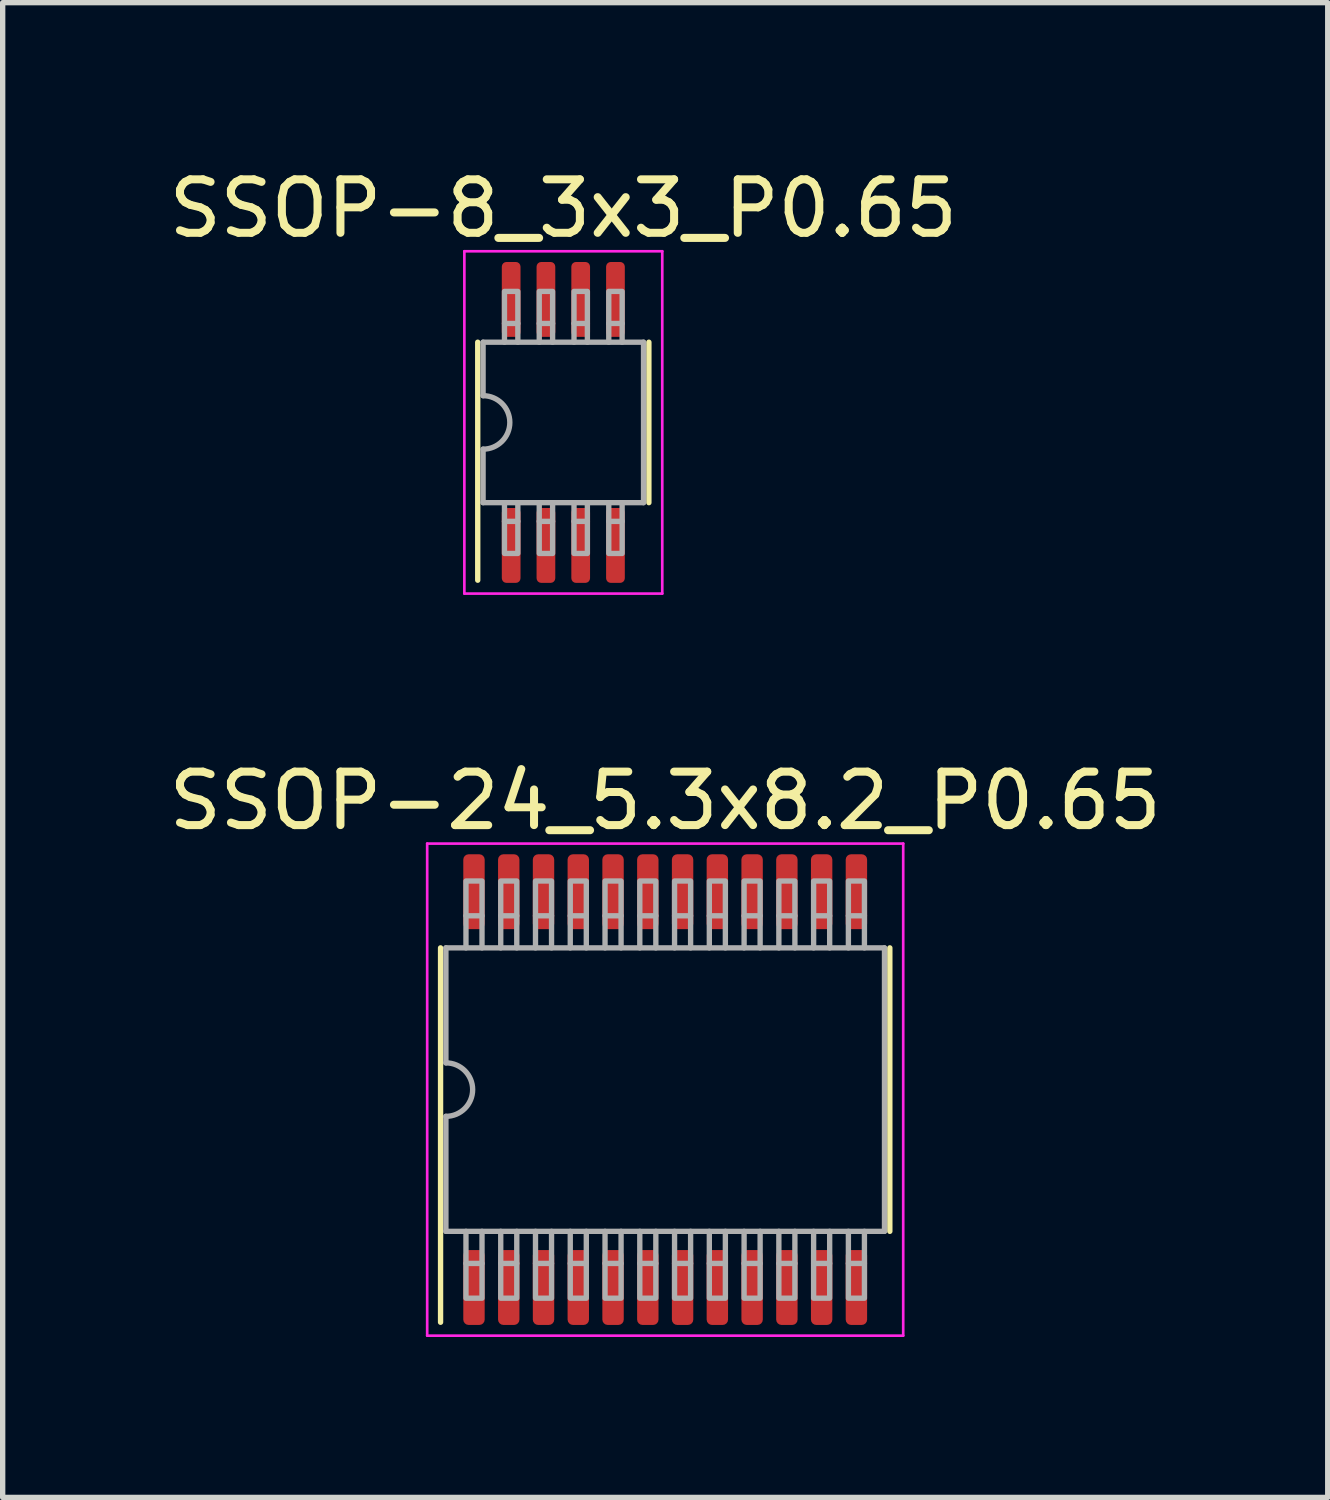
<source format=kicad_pcb>
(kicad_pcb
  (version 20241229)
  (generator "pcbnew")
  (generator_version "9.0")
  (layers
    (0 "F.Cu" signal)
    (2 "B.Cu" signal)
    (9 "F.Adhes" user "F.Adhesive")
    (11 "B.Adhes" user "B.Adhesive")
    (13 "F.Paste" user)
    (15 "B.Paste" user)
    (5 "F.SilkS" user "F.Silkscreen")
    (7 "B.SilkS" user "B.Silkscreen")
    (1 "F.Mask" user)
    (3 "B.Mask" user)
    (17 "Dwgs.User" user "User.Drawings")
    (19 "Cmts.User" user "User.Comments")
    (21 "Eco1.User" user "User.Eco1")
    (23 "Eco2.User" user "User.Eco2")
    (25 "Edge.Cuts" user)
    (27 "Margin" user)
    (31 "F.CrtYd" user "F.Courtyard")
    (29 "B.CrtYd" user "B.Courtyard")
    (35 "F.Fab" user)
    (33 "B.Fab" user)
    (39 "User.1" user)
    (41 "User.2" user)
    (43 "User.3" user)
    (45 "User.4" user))
  (footprint "SSOP-24_5.3x8.2_P0.65"
    (layer "F.Cu")
    (at 9.387 17.322)
    (property "Reference" "SSOP-24_5.3x8.2_P0.65" (at 0 -5.4 0) (layer "F.SilkS") (effects (font (size 1 1) (thickness 0.15))))
    (attr smd)
    (fp_line (start -4.2 4.35) (end -4.2 -2.65) (stroke (width 0.1) (type solid)) (layer "F.SilkS"))
    (fp_line (start 4.2 2.65) (end 4.2 -2.65) (stroke (width 0.1) (type solid)) (layer "F.SilkS"))
    (fp_line (start -4.45 -4.6) (end -4.45 4.6) (stroke (width 0.05) (type solid)) (layer "F.CrtYd"))
    (fp_line (start -4.45 4.6) (end 4.45 4.6) (stroke (width 0.05) (type solid)) (layer "F.CrtYd"))
    (fp_line (start 4.45 -4.6) (end -4.45 -4.6) (stroke (width 0.05) (type solid)) (layer "F.CrtYd"))
    (fp_line (start 4.45 4.6) (end 4.45 -4.6) (stroke (width 0.05) (type solid)) (layer "F.CrtYd"))
    (fp_line (start -4.1 -2.65) (end -4.1 -0.5) (stroke (width 0.1) (type solid)) (layer "F.Fab"))
    (fp_line (start -4.1 -2.65) (end 4.1 -2.65) (stroke (width 0.1) (type solid)) (layer "F.Fab"))
    (fp_line (start -4.1 2.65) (end -4.1 0.5) (stroke (width 0.1) (type solid)) (layer "F.Fab"))
    (fp_line (start -4.1 2.65) (end 4.1 2.65) (stroke (width 0.1) (type solid)) (layer "F.Fab"))
    (fp_line (start -3.725 -3.25) (end -3.725 -2.65) (stroke (width 0.1) (type solid)) (layer "F.Fab"))
    (fp_line (start -3.725 3.25) (end -3.725 2.65) (stroke (width 0.1) (type solid)) (layer "F.Fab"))
    (fp_line (start -3.425 -3.25) (end -3.425 -2.65) (stroke (width 0.1) (type solid)) (layer "F.Fab"))
    (fp_line (start -3.425 3.25) (end -3.425 2.65) (stroke (width 0.1) (type solid)) (layer "F.Fab"))
    (fp_line (start -3.075 -3.25) (end -3.075 -2.65) (stroke (width 0.1) (type solid)) (layer "F.Fab"))
    (fp_line (start -3.075 3.25) (end -3.075 2.65) (stroke (width 0.1) (type solid)) (layer "F.Fab"))
    (fp_line (start -2.775 -3.25) (end -2.775 -2.65) (stroke (width 0.1) (type solid)) (layer "F.Fab"))
    (fp_line (start -2.775 3.25) (end -2.775 2.65) (stroke (width 0.1) (type solid)) (layer "F.Fab"))
    (fp_line (start -2.425 -3.25) (end -2.425 -2.65) (stroke (width 0.1) (type solid)) (layer "F.Fab"))
    (fp_line (start -2.425 3.25) (end -2.425 2.65) (stroke (width 0.1) (type solid)) (layer "F.Fab"))
    (fp_line (start -2.125 -3.25) (end -2.125 -2.65) (stroke (width 0.1) (type solid)) (layer "F.Fab"))
    (fp_line (start -2.125 3.25) (end -2.125 2.65) (stroke (width 0.1) (type solid)) (layer "F.Fab"))
    (fp_line (start -1.775 -3.25) (end -1.775 -2.65) (stroke (width 0.1) (type solid)) (layer "F.Fab"))
    (fp_line (start -1.775 3.25) (end -1.775 2.65) (stroke (width 0.1) (type solid)) (layer "F.Fab"))
    (fp_line (start -1.475 -3.25) (end -1.475 -2.65) (stroke (width 0.1) (type solid)) (layer "F.Fab"))
    (fp_line (start -1.475 3.25) (end -1.475 2.65) (stroke (width 0.1) (type solid)) (layer "F.Fab"))
    (fp_line (start -1.125 -3.25) (end -1.125 -2.65) (stroke (width 0.1) (type solid)) (layer "F.Fab"))
    (fp_line (start -1.125 3.25) (end -1.125 2.65) (stroke (width 0.1) (type solid)) (layer "F.Fab"))
    (fp_line (start -0.825 -3.25) (end -0.825 -2.65) (stroke (width 0.1) (type solid)) (layer "F.Fab"))
    (fp_line (start -0.825 3.25) (end -0.825 2.65) (stroke (width 0.1) (type solid)) (layer "F.Fab"))
    (fp_line (start -0.475 -3.25) (end -0.475 -2.65) (stroke (width 0.1) (type solid)) (layer "F.Fab"))
    (fp_line (start -0.475 3.25) (end -0.475 2.65) (stroke (width 0.1) (type solid)) (layer "F.Fab"))
    (fp_line (start -0.175 -3.25) (end -0.175 -2.65) (stroke (width 0.1) (type solid)) (layer "F.Fab"))
    (fp_line (start -0.175 3.25) (end -0.175 2.65) (stroke (width 0.1) (type solid)) (layer "F.Fab"))
    (fp_line (start 0.175 -3.25) (end 0.175 -2.65) (stroke (width 0.1) (type solid)) (layer "F.Fab"))
    (fp_line (start 0.175 3.25) (end 0.175 2.65) (stroke (width 0.1) (type solid)) (layer "F.Fab"))
    (fp_line (start 0.475 -3.25) (end 0.475 -2.65) (stroke (width 0.1) (type solid)) (layer "F.Fab"))
    (fp_line (start 0.475 3.25) (end 0.475 2.65) (stroke (width 0.1) (type solid)) (layer "F.Fab"))
    (fp_line (start 0.825 -3.25) (end 0.825 -2.65) (stroke (width 0.1) (type solid)) (layer "F.Fab"))
    (fp_line (start 0.825 3.25) (end 0.825 2.65) (stroke (width 0.1) (type solid)) (layer "F.Fab"))
    (fp_line (start 1.125 -3.25) (end 1.125 -2.65) (stroke (width 0.1) (type solid)) (layer "F.Fab"))
    (fp_line (start 1.125 3.25) (end 1.125 2.65) (stroke (width 0.1) (type solid)) (layer "F.Fab"))
    (fp_line (start 1.475 -3.25) (end 1.475 -2.65) (stroke (width 0.1) (type solid)) (layer "F.Fab"))
    (fp_line (start 1.475 3.25) (end 1.475 2.65) (stroke (width 0.1) (type solid)) (layer "F.Fab"))
    (fp_line (start 1.775 -3.25) (end 1.775 -2.65) (stroke (width 0.1) (type solid)) (layer "F.Fab"))
    (fp_line (start 1.775 3.25) (end 1.775 2.65) (stroke (width 0.1) (type solid)) (layer "F.Fab"))
    (fp_line (start 2.125 -3.25) (end 2.125 -2.65) (stroke (width 0.1) (type solid)) (layer "F.Fab"))
    (fp_line (start 2.125 3.25) (end 2.125 2.65) (stroke (width 0.1) (type solid)) (layer "F.Fab"))
    (fp_line (start 2.425 -3.25) (end 2.425 -2.65) (stroke (width 0.1) (type solid)) (layer "F.Fab"))
    (fp_line (start 2.425 3.25) (end 2.425 2.65) (stroke (width 0.1) (type solid)) (layer "F.Fab"))
    (fp_line (start 2.775 -3.25) (end 2.775 -2.65) (stroke (width 0.1) (type solid)) (layer "F.Fab"))
    (fp_line (start 2.775 3.25) (end 2.775 2.65) (stroke (width 0.1) (type solid)) (layer "F.Fab"))
    (fp_line (start 3.075 -3.25) (end 3.075 -2.65) (stroke (width 0.1) (type solid)) (layer "F.Fab"))
    (fp_line (start 3.075 3.25) (end 3.075 2.65) (stroke (width 0.1) (type solid)) (layer "F.Fab"))
    (fp_line (start 3.425 -3.25) (end 3.425 -2.65) (stroke (width 0.1) (type solid)) (layer "F.Fab"))
    (fp_line (start 3.425 3.25) (end 3.425 2.65) (stroke (width 0.1) (type solid)) (layer "F.Fab"))
    (fp_line (start 3.725 -3.25) (end 3.725 -2.65) (stroke (width 0.1) (type solid)) (layer "F.Fab"))
    (fp_line (start 3.725 3.25) (end 3.725 2.65) (stroke (width 0.1) (type solid)) (layer "F.Fab"))
    (fp_line (start 4.1 -2.65) (end 4.1 2.65) (stroke (width 0.1) (type solid)) (layer "F.Fab"))
    (fp_arc (start -4.1 -0.5) (mid -3.6 0) (end -4.1 0.5) (stroke (width 0.1) (type solid)) (layer "F.Fab"))
    (fp_poly (pts (xy -3.725 -3.25) (xy -3.725 -3.9) (xy -3.425 -3.9) (xy -3.425 -3.25)) (stroke (width 0.1) (type solid)) (fill no) (layer "F.Fab"))
    (fp_poly (pts (xy -3.425 3.25) (xy -3.425 3.9) (xy -3.725 3.9) (xy -3.725 3.25)) (stroke (width 0.1) (type solid)) (fill no) (layer "F.Fab"))
    (fp_poly (pts (xy -3.075 -3.25) (xy -3.075 -3.9) (xy -2.775 -3.9) (xy -2.775 -3.25)) (stroke (width 0.1) (type solid)) (fill no) (layer "F.Fab"))
    (fp_poly (pts (xy -2.775 3.25) (xy -2.775 3.9) (xy -3.075 3.9) (xy -3.075 3.25)) (stroke (width 0.1) (type solid)) (fill no) (layer "F.Fab"))
    (fp_poly (pts (xy -2.425 -3.25) (xy -2.425 -3.9) (xy -2.125 -3.9) (xy -2.125 -3.25)) (stroke (width 0.1) (type solid)) (fill no) (layer "F.Fab"))
    (fp_poly (pts (xy -2.125 3.25) (xy -2.125 3.9) (xy -2.425 3.9) (xy -2.425 3.25)) (stroke (width 0.1) (type solid)) (fill no) (layer "F.Fab"))
    (fp_poly (pts (xy -1.775 -3.25) (xy -1.775 -3.9) (xy -1.475 -3.9) (xy -1.475 -3.25)) (stroke (width 0.1) (type solid)) (fill no) (layer "F.Fab"))
    (fp_poly (pts (xy -1.475 3.25) (xy -1.475 3.9) (xy -1.775 3.9) (xy -1.775 3.25)) (stroke (width 0.1) (type solid)) (fill no) (layer "F.Fab"))
    (fp_poly (pts (xy -1.125 -3.25) (xy -1.125 -3.9) (xy -0.825 -3.9) (xy -0.825 -3.25)) (stroke (width 0.1) (type solid)) (fill no) (layer "F.Fab"))
    (fp_poly (pts (xy -0.825 3.25) (xy -0.825 3.9) (xy -1.125 3.9) (xy -1.125 3.25)) (stroke (width 0.1) (type solid)) (fill no) (layer "F.Fab"))
    (fp_poly (pts (xy -0.475 -3.25) (xy -0.475 -3.9) (xy -0.175 -3.9) (xy -0.175 -3.25)) (stroke (width 0.1) (type solid)) (fill no) (layer "F.Fab"))
    (fp_poly (pts (xy -0.175 3.25) (xy -0.175 3.9) (xy -0.475 3.9) (xy -0.475 3.25)) (stroke (width 0.1) (type solid)) (fill no) (layer "F.Fab"))
    (fp_poly (pts (xy 0.175 -3.25) (xy 0.175 -3.9) (xy 0.475 -3.9) (xy 0.475 -3.25)) (stroke (width 0.1) (type solid)) (fill no) (layer "F.Fab"))
    (fp_poly (pts (xy 0.475 3.25) (xy 0.475 3.9) (xy 0.175 3.9) (xy 0.175 3.25)) (stroke (width 0.1) (type solid)) (fill no) (layer "F.Fab"))
    (fp_poly (pts (xy 0.825 -3.25) (xy 0.825 -3.9) (xy 1.125 -3.9) (xy 1.125 -3.25)) (stroke (width 0.1) (type solid)) (fill no) (layer "F.Fab"))
    (fp_poly (pts (xy 1.125 3.25) (xy 1.125 3.9) (xy 0.825 3.9) (xy 0.825 3.25)) (stroke (width 0.1) (type solid)) (fill no) (layer "F.Fab"))
    (fp_poly (pts (xy 1.475 -3.25) (xy 1.475 -3.9) (xy 1.775 -3.9) (xy 1.775 -3.25)) (stroke (width 0.1) (type solid)) (fill no) (layer "F.Fab"))
    (fp_poly (pts (xy 1.775 3.25) (xy 1.775 3.9) (xy 1.475 3.9) (xy 1.475 3.25)) (stroke (width 0.1) (type solid)) (fill no) (layer "F.Fab"))
    (fp_poly (pts (xy 2.125 -3.25) (xy 2.125 -3.9) (xy 2.425 -3.9) (xy 2.425 -3.25)) (stroke (width 0.1) (type solid)) (fill no) (layer "F.Fab"))
    (fp_poly (pts (xy 2.425 3.25) (xy 2.425 3.9) (xy 2.125 3.9) (xy 2.125 3.25)) (stroke (width 0.1) (type solid)) (fill no) (layer "F.Fab"))
    (fp_poly (pts (xy 2.775 -3.25) (xy 2.775 -3.9) (xy 3.075 -3.9) (xy 3.075 -3.25)) (stroke (width 0.1) (type solid)) (fill no) (layer "F.Fab"))
    (fp_poly (pts (xy 3.075 3.25) (xy 3.075 3.9) (xy 2.775 3.9) (xy 2.775 3.25)) (stroke (width 0.1) (type solid)) (fill no) (layer "F.Fab"))
    (fp_poly (pts (xy 3.425 -3.25) (xy 3.425 -3.9) (xy 3.725 -3.9) (xy 3.725 -3.25)) (stroke (width 0.1) (type solid)) (fill no) (layer "F.Fab"))
    (fp_poly (pts (xy 3.725 3.25) (xy 3.725 3.9) (xy 3.425 3.9) (xy 3.425 3.25)) (stroke (width 0.1) (type solid)) (fill no) (layer "F.Fab"))
    (pad "1" smd roundrect (at -3.575 3.7 90) (size 1.4 0.4) (layers "F.Cu" "F.Mask" "F.Paste") (roundrect_rratio 0.25))
    (pad "2" smd roundrect (at -2.925 3.7 90) (size 1.4 0.4) (layers "F.Cu" "F.Mask" "F.Paste") (roundrect_rratio 0.25))
    (pad "3" smd roundrect (at -2.275 3.7 90) (size 1.4 0.4) (layers "F.Cu" "F.Mask" "F.Paste") (roundrect_rratio 0.25))
    (pad "4" smd roundrect (at -1.625 3.7 90) (size 1.4 0.4) (layers "F.Cu" "F.Mask" "F.Paste") (roundrect_rratio 0.25))
    (pad "5" smd roundrect (at -0.975 3.7 90) (size 1.4 0.4) (layers "F.Cu" "F.Mask" "F.Paste") (roundrect_rratio 0.25))
    (pad "6" smd roundrect (at -0.325 3.7 90) (size 1.4 0.4) (layers "F.Cu" "F.Mask" "F.Paste") (roundrect_rratio 0.25))
    (pad "7" smd roundrect (at 0.325 3.7 90) (size 1.4 0.4) (layers "F.Cu" "F.Mask" "F.Paste") (roundrect_rratio 0.25))
    (pad "8" smd roundrect (at 0.975 3.7 90) (size 1.4 0.4) (layers "F.Cu" "F.Mask" "F.Paste") (roundrect_rratio 0.25))
    (pad "9" smd roundrect (at 1.625 3.7 90) (size 1.4 0.4) (layers "F.Cu" "F.Mask" "F.Paste") (roundrect_rratio 0.25))
    (pad "10" smd roundrect (at 2.275 3.7 90) (size 1.4 0.4) (layers "F.Cu" "F.Mask" "F.Paste") (roundrect_rratio 0.25))
    (pad "11" smd roundrect (at 2.925 3.7 270) (size 1.4 0.4) (layers "F.Cu" "F.Mask" "F.Paste") (roundrect_rratio 0.25))
    (pad "12" smd roundrect (at 3.575 3.7 270) (size 1.4 0.4) (layers "F.Cu" "F.Mask" "F.Paste") (roundrect_rratio 0.25))
    (pad "13" smd roundrect (at 3.575 -3.7 90) (size 1.4 0.4) (layers "F.Cu" "F.Mask" "F.Paste") (roundrect_rratio 0.25))
    (pad "14" smd roundrect (at 2.925 -3.7 90) (size 1.4 0.4) (layers "F.Cu" "F.Mask" "F.Paste") (roundrect_rratio 0.25))
    (pad "15" smd roundrect (at 2.275 -3.7 90) (size 1.4 0.4) (layers "F.Cu" "F.Mask" "F.Paste") (roundrect_rratio 0.25))
    (pad "16" smd roundrect (at 1.625 -3.7 90) (size 1.4 0.4) (layers "F.Cu" "F.Mask" "F.Paste") (roundrect_rratio 0.25))
    (pad "17" smd roundrect (at 0.975 -3.7 90) (size 1.4 0.4) (layers "F.Cu" "F.Mask" "F.Paste") (roundrect_rratio 0.25))
    (pad "18" smd roundrect (at 0.325 -3.7 90) (size 1.4 0.4) (layers "F.Cu" "F.Mask" "F.Paste") (roundrect_rratio 0.25))
    (pad "19" smd roundrect (at -0.325 -3.7 90) (size 1.4 0.4) (layers "F.Cu" "F.Mask" "F.Paste") (roundrect_rratio 0.25))
    (pad "20" smd roundrect (at -0.975 -3.7 90) (size 1.4 0.4) (layers "F.Cu" "F.Mask" "F.Paste") (roundrect_rratio 0.25))
    (pad "21" smd roundrect (at -1.625 -3.7 90) (size 1.4 0.4) (layers "F.Cu" "F.Mask" "F.Paste") (roundrect_rratio 0.25))
    (pad "22" smd roundrect (at -2.275 -3.7 90) (size 1.4 0.4) (layers "F.Cu" "F.Mask" "F.Paste") (roundrect_rratio 0.25))
    (pad "23" smd roundrect (at -2.925 -3.7 90) (size 1.4 0.4) (layers "F.Cu" "F.Mask" "F.Paste") (roundrect_rratio 0.25))
    (pad "24" smd roundrect (at -3.575 -3.7 90) (size 1.4 0.4) (layers "F.Cu" "F.Mask" "F.Paste") (roundrect_rratio 0.25)))
  (footprint "SSOP-8_3x3_P0.65"
    (layer "F.Cu")
    (at 7.482 4.848)
    (property "Reference" "SSOP-8_3x3_P0.65" (at 0 -4 0) (layer "F.SilkS") (effects (font (size 1 1) (thickness 0.15))))
    (attr smd)
    (fp_line (start -1.6 2.95) (end -1.6 -1.5) (stroke (width 0.1) (type solid)) (layer "F.SilkS"))
    (fp_line (start 1.6 1.5) (end 1.6 -1.5) (stroke (width 0.1) (type solid)) (layer "F.SilkS"))
    (fp_line (start -1.85 -3.2) (end -1.85 3.2) (stroke (width 0.05) (type solid)) (layer "F.CrtYd"))
    (fp_line (start -1.85 3.2) (end 1.85 3.2) (stroke (width 0.05) (type solid)) (layer "F.CrtYd"))
    (fp_line (start 1.85 -3.2) (end -1.85 -3.2) (stroke (width 0.05) (type solid)) (layer "F.CrtYd"))
    (fp_line (start 1.85 3.2) (end 1.85 -3.2) (stroke (width 0.05) (type solid)) (layer "F.CrtYd"))
    (fp_line (start -1.5 -1.5) (end -1.5 -0.5) (stroke (width 0.1) (type solid)) (layer "F.Fab"))
    (fp_line (start -1.5 1.5) (end -1.5 0.5) (stroke (width 0.1) (type solid)) (layer "F.Fab"))
    (fp_line (start -1.5 1.5) (end 1.5 1.5) (stroke (width 0.1) (type solid)) (layer "F.Fab"))
    (fp_line (start -1.1 -1.85) (end -1.1 -1.5) (stroke (width 0.1) (type solid)) (layer "F.Fab"))
    (fp_line (start -1.1 1.85) (end -1.1 1.5) (stroke (width 0.1) (type solid)) (layer "F.Fab"))
    (fp_line (start -0.85 -1.85) (end -0.85 -1.5) (stroke (width 0.1) (type solid)) (layer "F.Fab"))
    (fp_line (start -0.85 1.85) (end -0.85 1.5) (stroke (width 0.1) (type solid)) (layer "F.Fab"))
    (fp_line (start -0.45 -1.85) (end -0.45 -1.5) (stroke (width 0.1) (type solid)) (layer "F.Fab"))
    (fp_line (start -0.45 1.85) (end -0.45 1.5) (stroke (width 0.1) (type solid)) (layer "F.Fab"))
    (fp_line (start -0.2 -1.85) (end -0.2 -1.5) (stroke (width 0.1) (type solid)) (layer "F.Fab"))
    (fp_line (start -0.2 1.85) (end -0.2 1.5) (stroke (width 0.1) (type solid)) (layer "F.Fab"))
    (fp_line (start 0.2 -1.85) (end 0.2 -1.5) (stroke (width 0.1) (type solid)) (layer "F.Fab"))
    (fp_line (start 0.2 1.85) (end 0.2 1.5) (stroke (width 0.1) (type solid)) (layer "F.Fab"))
    (fp_line (start 0.45 -1.85) (end 0.45 -1.5) (stroke (width 0.1) (type solid)) (layer "F.Fab"))
    (fp_line (start 0.45 1.85) (end 0.45 1.5) (stroke (width 0.1) (type solid)) (layer "F.Fab"))
    (fp_line (start 0.85 -1.85) (end 0.85 -1.5) (stroke (width 0.1) (type solid)) (layer "F.Fab"))
    (fp_line (start 0.85 1.85) (end 0.85 1.5) (stroke (width 0.1) (type solid)) (layer "F.Fab"))
    (fp_line (start 1.1 -1.85) (end 1.1 -1.5) (stroke (width 0.1) (type solid)) (layer "F.Fab"))
    (fp_line (start 1.1 1.85) (end 1.1 1.5) (stroke (width 0.1) (type solid)) (layer "F.Fab"))
    (fp_line (start 1.5 -1.5) (end -1.5 -1.5) (stroke (width 0.1) (type solid)) (layer "F.Fab"))
    (fp_line (start 1.5 1.5) (end 1.5 -1.5) (stroke (width 0.1) (type solid)) (layer "F.Fab"))
    (fp_arc (start -1.5 -0.5) (mid -1 0) (end -1.5 0.5) (stroke (width 0.1) (type solid)) (layer "F.Fab"))
    (fp_poly (pts (xy -1.1 -1.85) (xy -1.1 -2.45) (xy -0.85 -2.45) (xy -0.85 -1.85)) (stroke (width 0.1) (type solid)) (fill no) (layer "F.Fab"))
    (fp_poly (pts (xy -0.85 1.85) (xy -0.85 2.45) (xy -1.1 2.45) (xy -1.1 1.85)) (stroke (width 0.1) (type solid)) (fill no) (layer "F.Fab"))
    (fp_poly (pts (xy -0.45 -1.85) (xy -0.45 -2.45) (xy -0.2 -2.45) (xy -0.2 -1.85)) (stroke (width 0.1) (type solid)) (fill no) (layer "F.Fab"))
    (fp_poly (pts (xy -0.2 1.85) (xy -0.2 2.45) (xy -0.45 2.45) (xy -0.45 1.85)) (stroke (width 0.1) (type solid)) (fill no) (layer "F.Fab"))
    (fp_poly (pts (xy 0.2 -1.85) (xy 0.2 -2.45) (xy 0.45 -2.45) (xy 0.45 -1.85)) (stroke (width 0.1) (type solid)) (fill no) (layer "F.Fab"))
    (fp_poly (pts (xy 0.45 1.85) (xy 0.45 2.45) (xy 0.2 2.45) (xy 0.2 1.85)) (stroke (width 0.1) (type solid)) (fill no) (layer "F.Fab"))
    (fp_poly (pts (xy 0.85 -1.85) (xy 0.85 -2.45) (xy 1.1 -2.45) (xy 1.1 -1.85)) (stroke (width 0.1) (type solid)) (fill no) (layer "F.Fab"))
    (fp_poly (pts (xy 1.1 1.85) (xy 1.1 2.45) (xy 0.85 2.45) (xy 0.85 1.85)) (stroke (width 0.1) (type solid)) (fill no) (layer "F.Fab"))
    (pad "1" smd roundrect (at -0.975 2.3 90) (size 1.4 0.35) (layers "F.Cu" "F.Mask" "F.Paste") (roundrect_rratio 0.25))
    (pad "2" smd roundrect (at -0.325 2.3 90) (size 1.4 0.35) (layers "F.Cu" "F.Mask" "F.Paste") (roundrect_rratio 0.25))
    (pad "3" smd roundrect (at 0.325 2.3 90) (size 1.4 0.35) (layers "F.Cu" "F.Mask" "F.Paste") (roundrect_rratio 0.25))
    (pad "4" smd roundrect (at 0.975 2.3 90) (size 1.4 0.35) (layers "F.Cu" "F.Mask" "F.Paste") (roundrect_rratio 0.25))
    (pad "5" smd roundrect (at 0.975 -2.3 90) (size 1.4 0.35) (layers "F.Cu" "F.Mask" "F.Paste") (roundrect_rratio 0.25))
    (pad "6" smd roundrect (at 0.325 -2.3 90) (size 1.4 0.35) (layers "F.Cu" "F.Mask" "F.Paste") (roundrect_rratio 0.25))
    (pad "7" smd roundrect (at -0.325 -2.3 90) (size 1.4 0.35) (layers "F.Cu" "F.Mask" "F.Paste") (roundrect_rratio 0.25))
    (pad "8" smd roundrect (at -0.975 -2.3 90) (size 1.4 0.35) (layers "F.Cu" "F.Mask" "F.Paste") (roundrect_rratio 0.25)))
  (gr_rect
    (start -3 -3)
    (end 21.774 24.947)
    (stroke (width 0.1) (type default))
    (fill no)
    (layer "Edge.Cuts")))
</source>
